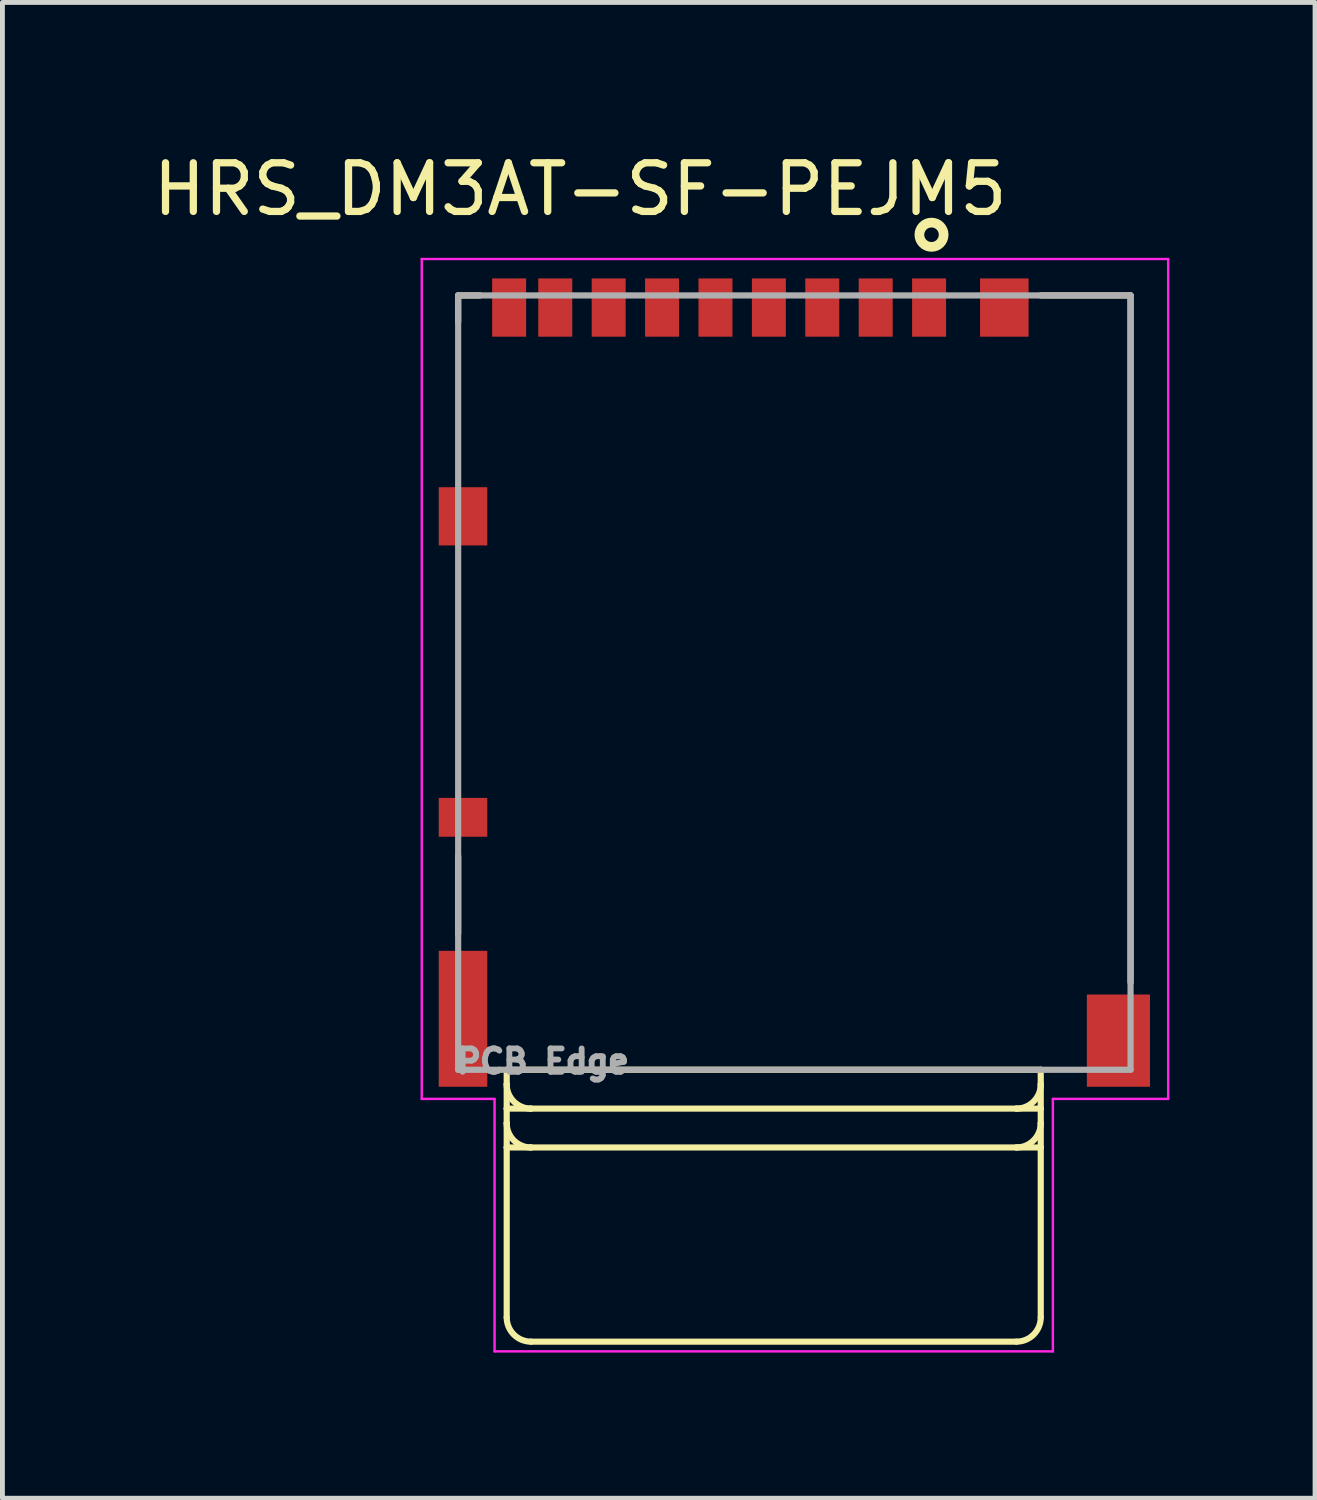
<source format=kicad_pcb>
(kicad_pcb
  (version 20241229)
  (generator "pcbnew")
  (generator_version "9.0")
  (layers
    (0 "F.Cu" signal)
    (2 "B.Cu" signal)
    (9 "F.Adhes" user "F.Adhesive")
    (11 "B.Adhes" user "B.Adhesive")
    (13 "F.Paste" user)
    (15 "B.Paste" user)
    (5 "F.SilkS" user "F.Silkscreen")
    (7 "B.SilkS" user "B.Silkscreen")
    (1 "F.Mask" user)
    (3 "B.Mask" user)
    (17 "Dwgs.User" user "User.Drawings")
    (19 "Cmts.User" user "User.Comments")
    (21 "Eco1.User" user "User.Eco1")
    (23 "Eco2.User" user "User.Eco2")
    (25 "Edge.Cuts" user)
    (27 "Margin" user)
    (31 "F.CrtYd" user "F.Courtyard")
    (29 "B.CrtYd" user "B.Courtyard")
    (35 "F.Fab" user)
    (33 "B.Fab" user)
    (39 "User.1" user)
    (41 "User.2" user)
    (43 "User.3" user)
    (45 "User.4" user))
  (footprint "HRS_DM3AT-SF-PEJM5"
    (layer "F.Cu")
    (at 12.887 3.285)
    (property "Reference" "HRS_DM3AT-SF-PEJM5" (at -3.987 -2.436 0) (layer "F.SilkS") (effects (font (size 1.002 1.002) (thickness 0.15))))
    (attr smd)
    (fp_line (start -6.5 -0.25) (end -6.5 0.3) (stroke (width 0.127) (type solid)) (layer "F.SilkS"))
    (fp_line (start -6.5 12.9) (end -6.5 11.3) (stroke (width 0.127) (type solid)) (layer "F.SilkS"))
    (fp_line (start -6.05 -0.25) (end -6.5 -0.25) (stroke (width 0.127) (type solid)) (layer "F.SilkS"))
    (fp_line (start -5.5 15.7) (end -5.5 16) (stroke (width 0.127) (type solid)) (layer "F.SilkS"))
    (fp_line (start -5.5 15.7) (end 5.5 15.7) (stroke (width 0.127) (type solid)) (layer "F.SilkS"))
    (fp_line (start -5.5 16.5) (end -5.5 16) (stroke (width 0.127) (type solid)) (layer "F.SilkS"))
    (fp_line (start -5.5 16.5) (end -5.5 16.8) (stroke (width 0.127) (type solid)) (layer "F.SilkS"))
    (fp_line (start -5.5 17.3) (end -5.5 16.8) (stroke (width 0.127) (type solid)) (layer "F.SilkS"))
    (fp_line (start -5.5 17.3) (end -5.5 20.8) (stroke (width 0.127) (type solid)) (layer "F.SilkS"))
    (fp_line (start -5 16.5) (end -5.5 16.5) (stroke (width 0.127) (type solid)) (layer "F.SilkS"))
    (fp_line (start -5 17.3) (end -5.5 17.3) (stroke (width 0.127) (type solid)) (layer "F.SilkS"))
    (fp_line (start 5 16.5) (end -5 16.5) (stroke (width 0.127) (type solid)) (layer "F.SilkS"))
    (fp_line (start 5 17.3) (end -5 17.3) (stroke (width 0.127) (type solid)) (layer "F.SilkS"))
    (fp_line (start 5 21.3) (end -5 21.3) (stroke (width 0.127) (type solid)) (layer "F.SilkS"))
    (fp_line (start 5.5 -0.25) (end 7.35 -0.25) (stroke (width 0.127) (type solid)) (layer "F.SilkS"))
    (fp_line (start 5.5 15.7) (end 5.5 16) (stroke (width 0.127) (type solid)) (layer "F.SilkS"))
    (fp_line (start 5.5 16) (end 5.5 16.5) (stroke (width 0.127) (type solid)) (layer "F.SilkS"))
    (fp_line (start 5.5 16.5) (end 5 16.5) (stroke (width 0.127) (type solid)) (layer "F.SilkS"))
    (fp_line (start 5.5 16.5) (end 5.5 16.8) (stroke (width 0.127) (type solid)) (layer "F.SilkS"))
    (fp_line (start 5.5 16.8) (end 5.5 17.3) (stroke (width 0.127) (type solid)) (layer "F.SilkS"))
    (fp_line (start 5.5 17.3) (end 5 17.3) (stroke (width 0.127) (type solid)) (layer "F.SilkS"))
    (fp_line (start 5.5 17.3) (end 5.5 20.8) (stroke (width 0.127) (type solid)) (layer "F.SilkS"))
    (fp_line (start 7.35 -0.25) (end 7.35 13.9) (stroke (width 0.127) (type solid)) (layer "F.SilkS"))
    (fp_arc (start -5 16.5) (mid -5.353553 16.353553) (end -5.5 16) (stroke (width 0.127) (type solid)) (layer "F.SilkS"))
    (fp_arc (start -5 17.3) (mid -5.353553 17.153553) (end -5.5 16.8) (stroke (width 0.127) (type solid)) (layer "F.SilkS"))
    (fp_arc (start -5 21.3) (mid -5.353553 21.153553) (end -5.5 20.8) (stroke (width 0.127) (type solid)) (layer "F.SilkS"))
    (fp_arc (start 5.5 16) (mid 5.353553 16.353553) (end 5 16.5) (stroke (width 0.127) (type solid)) (layer "F.SilkS"))
    (fp_arc (start 5.5 16.8) (mid 5.353553 17.153553) (end 5 17.3) (stroke (width 0.127) (type solid)) (layer "F.SilkS"))
    (fp_arc (start 5.5 20.8) (mid 5.353553 21.153553) (end 5 21.3) (stroke (width 0.127) (type solid)) (layer "F.SilkS"))
    (fp_circle (center 3.25 -1.5) (end 3.5 -1.5) (stroke (width 0.2) (type solid)) (fill no) (layer "F.SilkS"))
    (fp_line (start -7.25 -1) (end 8.125 -1) (stroke (width 0.05) (type solid)) (layer "F.CrtYd"))
    (fp_line (start -7.25 16.3) (end -7.25 -1) (stroke (width 0.05) (type solid)) (layer "F.CrtYd"))
    (fp_line (start -5.75 16.3) (end -7.25 16.3) (stroke (width 0.05) (type solid)) (layer "F.CrtYd"))
    (fp_line (start -5.75 21.5) (end -5.75 16.3) (stroke (width 0.05) (type solid)) (layer "F.CrtYd"))
    (fp_line (start 5.75 16.3) (end 5.75 21.5) (stroke (width 0.05) (type solid)) (layer "F.CrtYd"))
    (fp_line (start 5.75 21.5) (end -5.75 21.5) (stroke (width 0.05) (type solid)) (layer "F.CrtYd"))
    (fp_line (start 8.125 -1) (end 8.125 16.3) (stroke (width 0.05) (type solid)) (layer "F.CrtYd"))
    (fp_line (start 8.125 16.3) (end 5.75 16.3) (stroke (width 0.05) (type solid)) (layer "F.CrtYd"))
    (fp_line (start -6.5 -0.25) (end 7.35 -0.25) (stroke (width 0.127) (type solid)) (layer "F.Fab"))
    (fp_line (start -6.5 15.7) (end -6.5 -0.25) (stroke (width 0.127) (type solid)) (layer "F.Fab"))
    (fp_line (start 7.35 -0.25) (end 7.35 15.7) (stroke (width 0.127) (type solid)) (layer "F.Fab"))
    (fp_line (start 7.35 15.7) (end -6.5 15.7) (stroke (width 0.127) (type solid)) (layer "F.Fab"))
    (fp_text user "PCB Edge" (at -4.758 15.525 0) (layer "F.Fab") (effects (font (size 0.481 0.481) (thickness 0.15))))
    (pad "1" smd rect (at 3.2 0) (size 0.7 1.2) (layers "F.Cu" "F.Mask" "F.Paste"))
    (pad "2" smd rect (at 2.1 0) (size 0.7 1.2) (layers "F.Cu" "F.Mask" "F.Paste"))
    (pad "3" smd rect (at 1 0) (size 0.7 1.2) (layers "F.Cu" "F.Mask" "F.Paste"))
    (pad "4" smd rect (at -0.1 0) (size 0.7 1.2) (layers "F.Cu" "F.Mask" "F.Paste"))
    (pad "5" smd rect (at -1.2 0) (size 0.7 1.2) (layers "F.Cu" "F.Mask" "F.Paste"))
    (pad "6" smd rect (at -2.3 0) (size 0.7 1.2) (layers "F.Cu" "F.Mask" "F.Paste"))
    (pad "7" smd rect (at -3.4 0) (size 0.7 1.2) (layers "F.Cu" "F.Mask" "F.Paste"))
    (pad "8" smd rect (at -4.5 0) (size 0.7 1.2) (layers "F.Cu" "F.Mask" "F.Paste"))
    (pad "P1" smd rect (at -6.4 4.3) (size 1 1.2) (layers "F.Cu" "F.Mask" "F.Paste"))
    (pad "P2" smd rect (at -6.4 14.65) (size 1 2.8) (layers "F.Cu" "F.Mask" "F.Paste"))
    (pad "P3" smd rect (at 7.1 15.1) (size 1.3 1.9) (layers "F.Cu" "F.Mask" "F.Paste"))
    (pad "P4" smd rect (at 4.75 0) (size 1 1.2) (layers "F.Cu" "F.Mask" "F.Paste"))
    (pad "SWA" smd rect (at -6.4 10.5) (size 1 0.8) (layers "F.Cu" "F.Mask" "F.Paste"))
    (pad "SWB" smd rect (at -5.45 0) (size 0.7 1.2) (layers "F.Cu" "F.Mask" "F.Paste"))
    (zone (net_name "") (layer "F.Cu") (hatch full 0.508) (connect_pads) (min_thickness 0.01) (filled_areas_thickness no) (keepout (tracks not_allowed) (vias not_allowed) (pads not_allowed) (copperpour not_allowed) (footprints allowed)) (placement (enabled no)) (fill) (polygon (pts (xy 6.074 3.735) (xy 6.837 3.735) (xy 6.837 6.992) (xy 6.074 6.992))))
    (zone (net_name "") (layer "F.Cu") (hatch full 0.508) (connect_pads) (min_thickness 0.01) (filled_areas_thickness no) (keepout (tracks not_allowed) (vias not_allowed) (pads not_allowed) (copperpour not_allowed) (footprints allowed)) (placement (enabled no)) (fill) (polygon (pts (xy 6.083 8.185) (xy 6.837 8.185) (xy 6.837 11.79) (xy 6.083 11.79))))
    (zone (net_name "") (layer "F.Cu") (hatch full 0.508) (connect_pads) (min_thickness 0.01) (filled_areas_thickness no) (keepout (tracks not_allowed) (vias not_allowed) (pads not_allowed) (copperpour not_allowed) (footprints allowed)) (placement (enabled no)) (fill) (polygon (pts (xy 7.181 9.585) (xy 7.887 9.585) (xy 7.887 17.2) (xy 7.181 17.2))))
    (zone (net_name "") (layer "F.Cu") (hatch full 0.508) (connect_pads) (min_thickness 0.01) (filled_areas_thickness no) (keepout (tracks not_allowed) (vias not_allowed) (pads not_allowed) (copperpour not_allowed) (footprints allowed)) (placement (enabled no)) (fill) (polygon (pts (xy 7.884 8.285) (xy 16.587 8.285) (xy 16.587 9.889) (xy 7.884 9.889))))
    (zone (net_name "") (layer "F.Cu") (hatch full 0.508) (connect_pads) (min_thickness 0.01) (filled_areas_thickness no) (keepout (tracks not_allowed) (vias not_allowed) (pads not_allowed) (copperpour not_allowed) (footprints allowed)) (placement (enabled no)) (fill) (polygon (pts (xy 16.238 17.985) (xy 18.787 17.985) (xy 18.787 19.342) (xy 16.238 19.342)))))
  (gr_rect
    (start -3 -3)
    (end 24.037 27.81)
    (stroke (width 0.1) (type default))
    (fill no)
    (layer "Edge.Cuts")))
</source>
